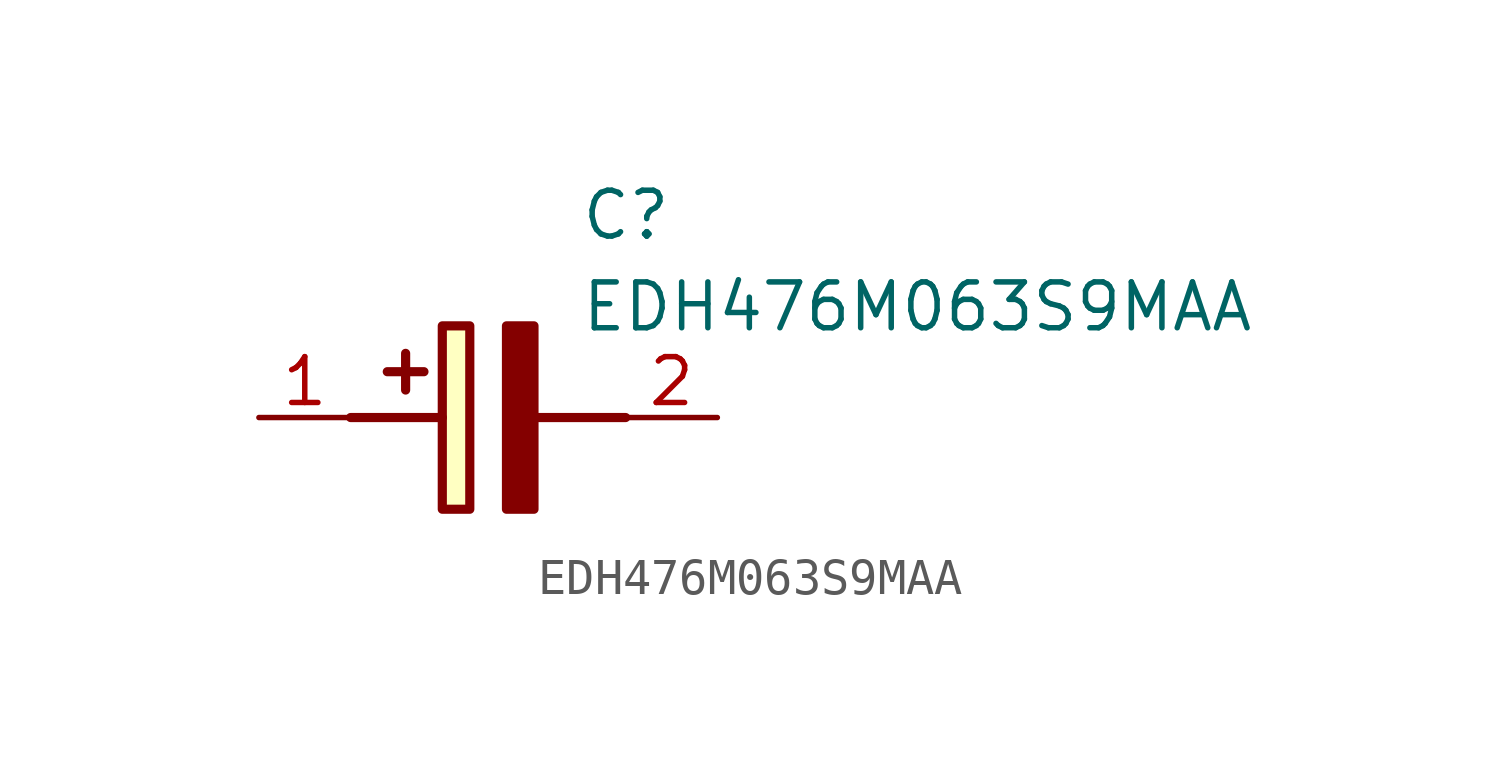
<source format=kicad_sym>
(kicad_symbol_lib
  (version 20211014)
  (generator SamacSys_ECAD_Model)
  (symbol "EDH476M063S9MAA"
    (pin_names hide)
    (property "Reference" "C"
      (at 8.89 6.35 0)
      (effects (font (size 1.27 1.27)) (justify left top)))
    (property "Value" "EDH476M063S9MAA"
      (at 8.89 3.81 0)
      (effects (font (size 1.27 1.27)) (justify left top)))
    (rectangle
      (start 5.08 2.54)
      (end 5.842 -2.54)
      (stroke (width 0.254) (type default))
      (fill (type background)))
    (polyline
      (pts (xy 4.572 1.27) (xy 3.556 1.27))
      (stroke (width 0.254) (type default))
      (fill (type none)))
    (polyline
      (pts (xy 4.064 1.778) (xy 4.064 0.762))
      (stroke (width 0.254) (type default))
      (fill (type none)))
    (polyline
      (pts (xy 2.54 0) (xy 5.08 0))
      (stroke (width 0.254) (type default))
      (fill (type none)))
    (polyline
      (pts (xy 7.62 0) (xy 10.16 0))
      (stroke (width 0.254) (type default))
      (fill (type none)))
    (polyline
      (pts (xy 7.62 2.54) (xy 7.62 -2.54) (xy 6.858 -2.54) (xy 6.858 2.54) (xy 7.62 2.54))
      (stroke (width 0.254) (type default))
      (fill (type outline)))
    (pin passive line
      (at 0 0 0)
      (length 2.54)
      (name "+" (effects (font (size 1.27 1.27))))
      (number "1" (effects (font (size 1.27 1.27)))))
    (pin passive line
      (at 12.7 0 180)
      (length 2.54)
      (name "-" (effects (font (size 1.27 1.27))))
      (number "2" (effects (font (size 1.27 1.27)))))))
</source>
